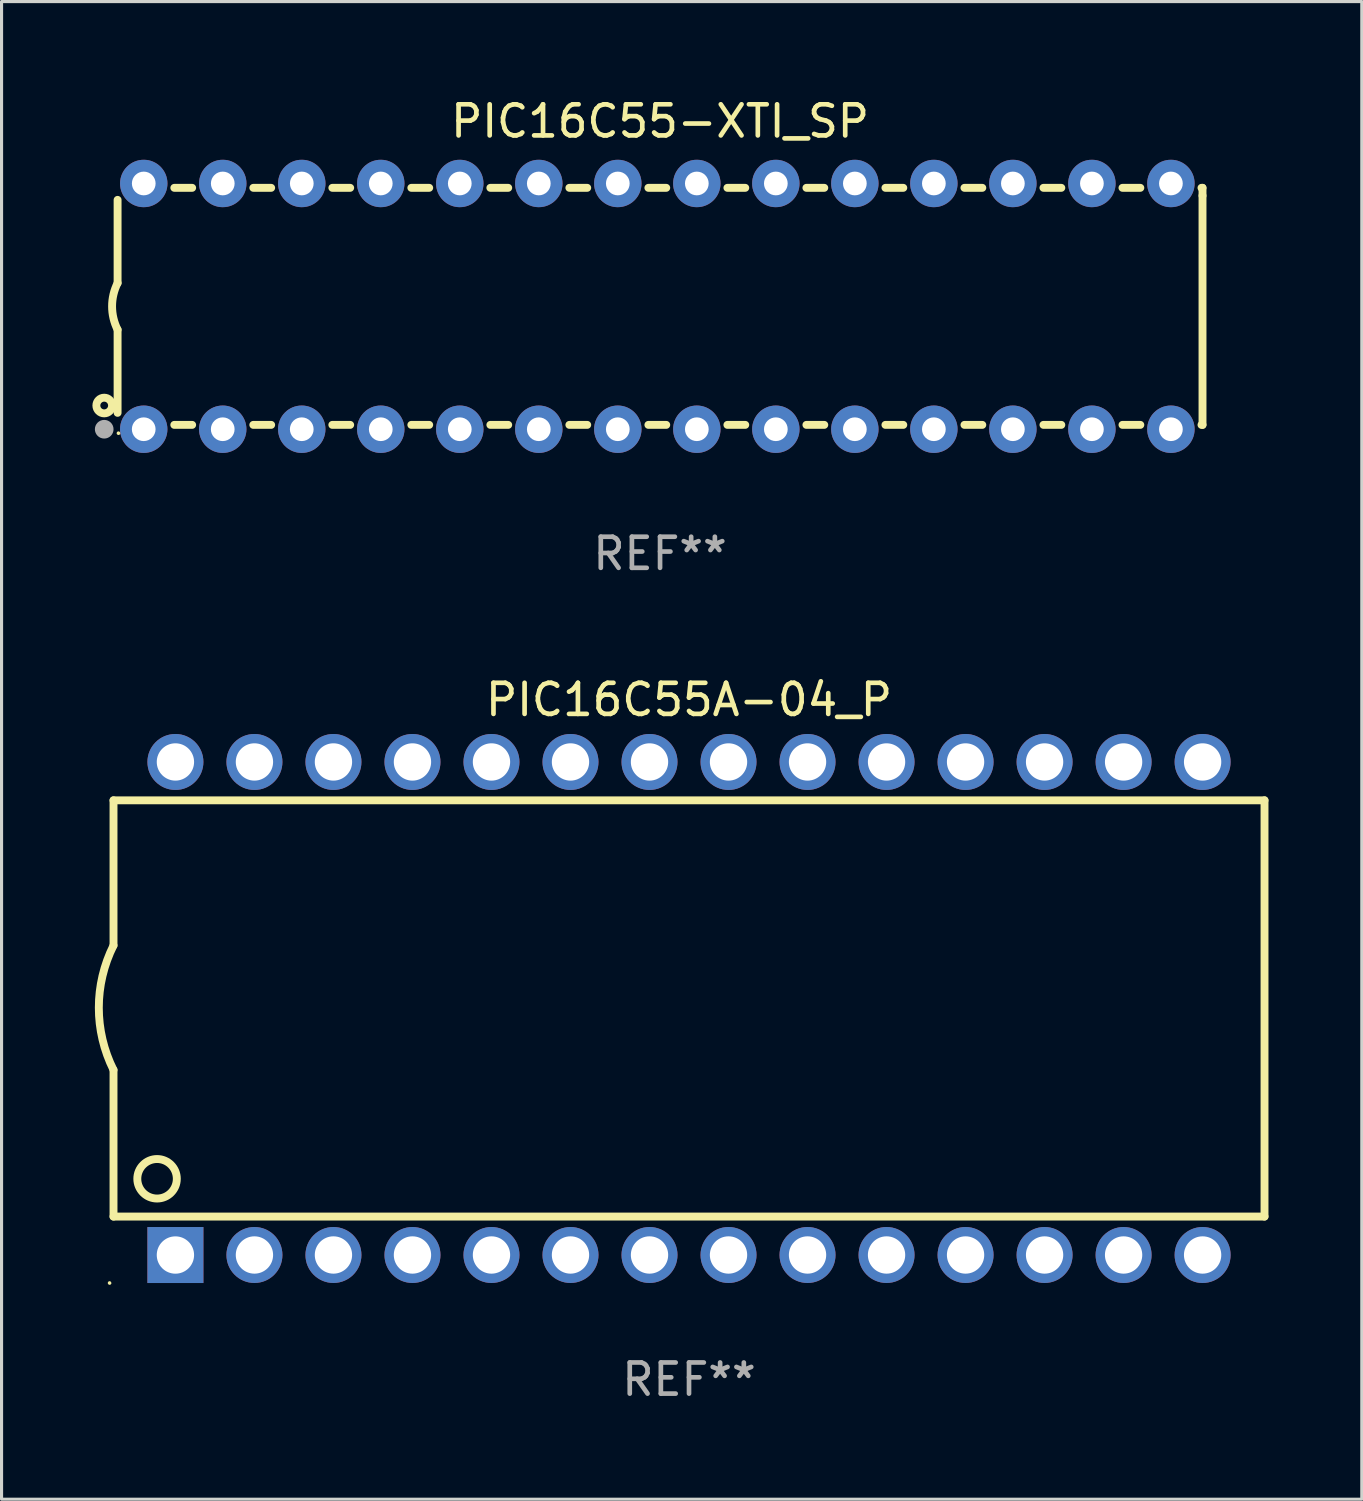
<source format=kicad_pcb>
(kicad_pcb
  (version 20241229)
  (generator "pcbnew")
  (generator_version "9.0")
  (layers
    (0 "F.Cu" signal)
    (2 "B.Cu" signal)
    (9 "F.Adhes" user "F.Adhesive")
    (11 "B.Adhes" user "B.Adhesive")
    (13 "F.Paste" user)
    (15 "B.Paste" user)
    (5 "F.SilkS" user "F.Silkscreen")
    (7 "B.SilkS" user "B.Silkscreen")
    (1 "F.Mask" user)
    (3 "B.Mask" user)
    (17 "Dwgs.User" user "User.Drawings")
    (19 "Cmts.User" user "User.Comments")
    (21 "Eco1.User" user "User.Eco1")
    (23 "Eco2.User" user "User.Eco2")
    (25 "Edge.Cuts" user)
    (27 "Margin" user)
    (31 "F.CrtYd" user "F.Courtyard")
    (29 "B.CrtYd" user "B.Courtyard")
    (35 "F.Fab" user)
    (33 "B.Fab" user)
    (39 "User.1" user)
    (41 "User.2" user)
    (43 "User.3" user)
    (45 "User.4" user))
  (footprint "PIC16C55A-04_P"
    (layer "F.Cu")
    (at 19.099 29.369)
    (property "Reference" "PIC16C55A-04_P" (at 0 -9.925 0) (layer "F.SilkS") (effects (font (size 1 1) (thickness 0.15))))
    (attr through_hole)
    (fp_line (start -18.5 -6.692) (end -18.5 -2.026) (stroke (width 0.254) (type solid)) (layer "F.SilkS"))
    (fp_line (start -18.5 6.689) (end -18.5 1.974) (stroke (width 0.254) (type solid)) (layer "F.SilkS"))
    (fp_line (start -18.5 6.689) (end 18.5 6.689) (stroke (width 0.254) (type solid)) (layer "F.SilkS"))
    (fp_line (start 18.5 -6.692) (end -18.5 -6.692) (stroke (width 0.254) (type solid)) (layer "F.SilkS"))
    (fp_line (start 18.5 6.689) (end 18.5 -6.692) (stroke (width 0.254) (type solid)) (layer "F.SilkS"))
    (fp_arc (start -18.500051 1.974346) (mid -18.972187 -0.025654) (end -18.500051 -2.025654) (stroke (width 0.254001) (type solid)) (layer "F.SilkS"))
    (fp_circle (center -18.627 8.824) (end -18.597 8.824) (stroke (width 0.06) (type solid)) (fill no) (layer "F.SilkS"))
    (fp_circle (center -17.1 5.474) (end -16.465 5.474) (stroke (width 0.254) (type solid)) (fill no) (layer "F.SilkS"))
    (fp_text user "REF**" (at 0 11.925 0) (layer "F.Fab") (effects (font (size 1 1) (thickness 0.15))))
    (pad "1" thru_hole rect (at -16.51 7.925) (size 1.8 1.8) (drill 1.2) (layers "*.Cu" "*.Mask"))
    (pad "2" thru_hole circle (at -13.97 7.924) (size 1.8 1.8) (drill 1.2) (layers "*.Cu" "*.Mask"))
    (pad "3" thru_hole circle (at -11.43 7.924) (size 1.8 1.8) (drill 1.2) (layers "*.Cu" "*.Mask"))
    (pad "4" thru_hole circle (at -8.89 7.924) (size 1.8 1.8) (drill 1.2) (layers "*.Cu" "*.Mask"))
    (pad "5" thru_hole circle (at -6.35 7.924) (size 1.8 1.8) (drill 1.2) (layers "*.Cu" "*.Mask"))
    (pad "6" thru_hole circle (at -3.81 7.924) (size 1.8 1.8) (drill 1.2) (layers "*.Cu" "*.Mask"))
    (pad "7" thru_hole circle (at -1.27 7.924) (size 1.8 1.8) (drill 1.2) (layers "*.Cu" "*.Mask"))
    (pad "8" thru_hole circle (at 1.27 7.924) (size 1.8 1.8) (drill 1.2) (layers "*.Cu" "*.Mask"))
    (pad "9" thru_hole circle (at 3.81 7.924) (size 1.8 1.8) (drill 1.2) (layers "*.Cu" "*.Mask"))
    (pad "10" thru_hole circle (at 6.35 7.924) (size 1.8 1.8) (drill 1.2) (layers "*.Cu" "*.Mask"))
    (pad "11" thru_hole circle (at 8.89 7.924) (size 1.8 1.8) (drill 1.2) (layers "*.Cu" "*.Mask"))
    (pad "12" thru_hole circle (at 11.43 7.924) (size 1.8 1.8) (drill 1.2) (layers "*.Cu" "*.Mask"))
    (pad "13" thru_hole circle (at 13.97 7.924) (size 1.8 1.8) (drill 1.2) (layers "*.Cu" "*.Mask"))
    (pad "14" thru_hole circle (at 16.51 7.924) (size 1.8 1.8) (drill 1.2) (layers "*.Cu" "*.Mask"))
    (pad "15" thru_hole circle (at 16.51 -7.925) (size 1.8 1.8) (drill 1.2) (layers "*.Cu" "*.Mask"))
    (pad "16" thru_hole circle (at 13.97 -7.925) (size 1.8 1.8) (drill 1.2) (layers "*.Cu" "*.Mask"))
    (pad "17" thru_hole circle (at 11.43 -7.925) (size 1.8 1.8) (drill 1.2) (layers "*.Cu" "*.Mask"))
    (pad "18" thru_hole circle (at 8.89 -7.925) (size 1.8 1.8) (drill 1.2) (layers "*.Cu" "*.Mask"))
    (pad "19" thru_hole circle (at 6.35 -7.925) (size 1.8 1.8) (drill 1.2) (layers "*.Cu" "*.Mask"))
    (pad "20" thru_hole circle (at 3.81 -7.925) (size 1.8 1.8) (drill 1.2) (layers "*.Cu" "*.Mask"))
    (pad "21" thru_hole circle (at 1.27 -7.925) (size 1.8 1.8) (drill 1.2) (layers "*.Cu" "*.Mask"))
    (pad "22" thru_hole circle (at -1.27 -7.925) (size 1.8 1.8) (drill 1.2) (layers "*.Cu" "*.Mask"))
    (pad "23" thru_hole circle (at -3.81 -7.925) (size 1.8 1.8) (drill 1.2) (layers "*.Cu" "*.Mask"))
    (pad "24" thru_hole circle (at -6.35 -7.925) (size 1.8 1.8) (drill 1.2) (layers "*.Cu" "*.Mask"))
    (pad "25" thru_hole circle (at -8.89 -7.925) (size 1.8 1.8) (drill 1.2) (layers "*.Cu" "*.Mask"))
    (pad "26" thru_hole circle (at -11.43 -7.925) (size 1.8 1.8) (drill 1.2) (layers "*.Cu" "*.Mask"))
    (pad "27" thru_hole circle (at -13.97 -7.925) (size 1.8 1.8) (drill 1.2) (layers "*.Cu" "*.Mask"))
    (pad "28" thru_hole circle (at -16.51 -7.925) (size 1.8 1.8) (drill 1.2) (layers "*.Cu" "*.Mask")))
  (footprint "PIC16C55-XTI_SP"
    (layer "F.Cu")
    (at 18.168 6.798)
    (property "Reference" "PIC16C55-XTI_SP" (at 0 -5.95 0) (layer "F.SilkS") (effects (font (size 1 1) (thickness 0.15))))
    (attr through_hole)
    (fp_line (start -17.438 0.75) (end -17.438 3.423) (stroke (width 0.254) (type solid)) (layer "F.SilkS"))
    (fp_line (start -17.438 -3.423) (end -17.438 -0.75) (stroke (width 0.254) (type solid)) (layer "F.SilkS"))
    (fp_line (start -15.615 3.81) (end -15.041 3.81) (stroke (width 0.254) (type solid)) (layer "F.SilkS"))
    (fp_line (start -15.041 -3.81) (end -15.614 -3.81) (stroke (width 0.254) (type solid)) (layer "F.SilkS"))
    (fp_line (start -13.075 3.81) (end -12.501 3.81) (stroke (width 0.254) (type solid)) (layer "F.SilkS"))
    (fp_line (start -12.501 -3.81) (end -13.074 -3.81) (stroke (width 0.254) (type solid)) (layer "F.SilkS"))
    (fp_line (start -10.535 3.81) (end -9.961 3.81) (stroke (width 0.254) (type solid)) (layer "F.SilkS"))
    (fp_line (start -9.961 -3.81) (end -10.534 -3.81) (stroke (width 0.254) (type solid)) (layer "F.SilkS"))
    (fp_line (start -7.995 3.81) (end -7.421 3.81) (stroke (width 0.254) (type solid)) (layer "F.SilkS"))
    (fp_line (start -7.421 -3.81) (end -7.995 -3.81) (stroke (width 0.254) (type solid)) (layer "F.SilkS"))
    (fp_line (start -5.455 3.81) (end -4.881 3.81) (stroke (width 0.254) (type solid)) (layer "F.SilkS"))
    (fp_line (start -4.881 -3.81) (end -5.455 -3.81) (stroke (width 0.254) (type solid)) (layer "F.SilkS"))
    (fp_line (start -2.915 3.81) (end -2.341 3.81) (stroke (width 0.254) (type solid)) (layer "F.SilkS"))
    (fp_line (start -2.341 -3.81) (end -2.915 -3.81) (stroke (width 0.254) (type solid)) (layer "F.SilkS"))
    (fp_line (start -0.375 3.81) (end 0.199 3.81) (stroke (width 0.254) (type solid)) (layer "F.SilkS"))
    (fp_line (start 0.199 -3.81) (end -0.375 -3.81) (stroke (width 0.254) (type solid)) (layer "F.SilkS"))
    (fp_line (start 2.165 3.81) (end 2.739 3.81) (stroke (width 0.254) (type solid)) (layer "F.SilkS"))
    (fp_line (start 2.739 -3.81) (end 2.165 -3.81) (stroke (width 0.254) (type solid)) (layer "F.SilkS"))
    (fp_line (start 4.705 3.81) (end 5.279 3.81) (stroke (width 0.254) (type solid)) (layer "F.SilkS"))
    (fp_line (start 5.279 -3.81) (end 4.705 -3.81) (stroke (width 0.254) (type solid)) (layer "F.SilkS"))
    (fp_line (start 7.245 3.81) (end 7.819 3.81) (stroke (width 0.254) (type solid)) (layer "F.SilkS"))
    (fp_line (start 7.819 -3.81) (end 7.245 -3.81) (stroke (width 0.254) (type solid)) (layer "F.SilkS"))
    (fp_line (start 9.785 3.81) (end 10.359 3.81) (stroke (width 0.254) (type solid)) (layer "F.SilkS"))
    (fp_line (start 10.359 -3.81) (end 9.785 -3.81) (stroke (width 0.254) (type solid)) (layer "F.SilkS"))
    (fp_line (start 12.325 3.81) (end 12.899 3.81) (stroke (width 0.254) (type solid)) (layer "F.SilkS"))
    (fp_line (start 12.899 -3.81) (end 12.325 -3.81) (stroke (width 0.254) (type solid)) (layer "F.SilkS"))
    (fp_line (start 14.865 3.81) (end 15.439 3.81) (stroke (width 0.254) (type solid)) (layer "F.SilkS"))
    (fp_line (start 15.439 -3.81) (end 14.865 -3.81) (stroke (width 0.254) (type solid)) (layer "F.SilkS"))
    (fp_line (start 17.405 3.81) (end 17.438 3.81) (stroke (width 0.254) (type solid)) (layer "F.SilkS"))
    (fp_line (start 17.438 -3.81) (end 17.405 -3.81) (stroke (width 0.254) (type solid)) (layer "F.SilkS"))
    (fp_line (start 17.438 -3.556) (end 17.438 -3.81) (stroke (width 0.254) (type solid)) (layer "F.SilkS"))
    (fp_line (start 17.438 3.81) (end 17.438 -3.556) (stroke (width 0.254) (type solid)) (layer "F.SilkS"))
    (fp_arc (start -17.437986 0.749657) (mid -17.614887 -0.000024) (end -17.437783 -0.749657) (stroke (width 0.254001) (type solid)) (layer "F.SilkS"))
    (fp_circle (center -17.868 3.188) (end -17.743 3.188) (stroke (width 0.254) (type solid)) (fill no) (layer "F.SilkS"))
    (fp_circle (center -17.411 4.077) (end -17.381 4.077) (stroke (width 0.06) (type solid)) (fill no) (layer "F.SilkS"))
    (fp_circle (center -17.868 3.95) (end -17.718 3.95) (stroke (width 0.3) (type solid)) (fill no) (layer "F.Fab"))
    (fp_text user "REF**" (at 0 7.95 0) (layer "F.Fab") (effects (font (size 1 1) (thickness 0.15))))
    (pad "1" thru_hole circle (at -16.598 3.95) (size 1.524 1.524) (drill 0.762) (layers "*.Cu" "*.Mask"))
    (pad "2" thru_hole circle (at -14.058 3.95) (size 1.524 1.524) (drill 0.762) (layers "*.Cu" "*.Mask"))
    (pad "3" thru_hole circle (at -11.518 3.95) (size 1.524 1.524) (drill 0.762) (layers "*.Cu" "*.Mask"))
    (pad "4" thru_hole circle (at -8.978 3.95) (size 1.524 1.524) (drill 0.762) (layers "*.Cu" "*.Mask"))
    (pad "5" thru_hole circle (at -6.438 3.95) (size 1.524 1.524) (drill 0.762) (layers "*.Cu" "*.Mask"))
    (pad "6" thru_hole circle (at -3.898 3.95) (size 1.524 1.524) (drill 0.762) (layers "*.Cu" "*.Mask"))
    (pad "7" thru_hole circle (at -1.358 3.95) (size 1.524 1.524) (drill 0.762) (layers "*.Cu" "*.Mask"))
    (pad "8" thru_hole circle (at 1.182 3.95) (size 1.524 1.524) (drill 0.762) (layers "*.Cu" "*.Mask"))
    (pad "9" thru_hole circle (at 3.722 3.95) (size 1.524 1.524) (drill 0.762) (layers "*.Cu" "*.Mask"))
    (pad "10" thru_hole circle (at 6.262 3.95) (size 1.524 1.524) (drill 0.762) (layers "*.Cu" "*.Mask"))
    (pad "11" thru_hole circle (at 8.802 3.95) (size 1.524 1.524) (drill 0.762) (layers "*.Cu" "*.Mask"))
    (pad "12" thru_hole circle (at 11.342 3.95) (size 1.524 1.524) (drill 0.762) (layers "*.Cu" "*.Mask"))
    (pad "13" thru_hole circle (at 13.882 3.95) (size 1.524 1.524) (drill 0.762) (layers "*.Cu" "*.Mask"))
    (pad "14" thru_hole circle (at 16.422 3.95) (size 1.524 1.524) (drill 0.762) (layers "*.Cu" "*.Mask"))
    (pad "15" thru_hole circle (at 16.422 -3.95) (size 1.524 1.524) (drill 0.762) (layers "*.Cu" "*.Mask"))
    (pad "16" thru_hole circle (at 13.882 -3.95) (size 1.524 1.524) (drill 0.762) (layers "*.Cu" "*.Mask"))
    (pad "17" thru_hole circle (at 11.342 -3.95) (size 1.524 1.524) (drill 0.762) (layers "*.Cu" "*.Mask"))
    (pad "18" thru_hole circle (at 8.802 -3.95) (size 1.524 1.524) (drill 0.762) (layers "*.Cu" "*.Mask"))
    (pad "19" thru_hole circle (at 6.262 -3.95) (size 1.524 1.524) (drill 0.762) (layers "*.Cu" "*.Mask"))
    (pad "20" thru_hole circle (at 3.722 -3.95) (size 1.524 1.524) (drill 0.762) (layers "*.Cu" "*.Mask"))
    (pad "21" thru_hole circle (at 1.182 -3.95) (size 1.524 1.524) (drill 0.762) (layers "*.Cu" "*.Mask"))
    (pad "22" thru_hole circle (at -1.358 -3.95) (size 1.524 1.524) (drill 0.762) (layers "*.Cu" "*.Mask"))
    (pad "23" thru_hole circle (at -3.898 -3.95) (size 1.524 1.524) (drill 0.762) (layers "*.Cu" "*.Mask"))
    (pad "24" thru_hole circle (at -6.438 -3.95) (size 1.524 1.524) (drill 0.762) (layers "*.Cu" "*.Mask"))
    (pad "25" thru_hole circle (at -8.978 -3.95) (size 1.524 1.524) (drill 0.762) (layers "*.Cu" "*.Mask"))
    (pad "26" thru_hole circle (at -11.517 -3.95) (size 1.524 1.524) (drill 0.762) (layers "*.Cu" "*.Mask"))
    (pad "27" thru_hole circle (at -14.057 -3.95) (size 1.524 1.524) (drill 0.762) (layers "*.Cu" "*.Mask"))
    (pad "28" thru_hole circle (at -16.597 -3.95) (size 1.524 1.524) (drill 0.762) (layers "*.Cu" "*.Mask")))
  (gr_rect
    (start -3 -3)
    (end 40.726 45.143)
    (stroke (width 0.1) (type default))
    (fill no)
    (layer "Edge.Cuts")))
</source>
